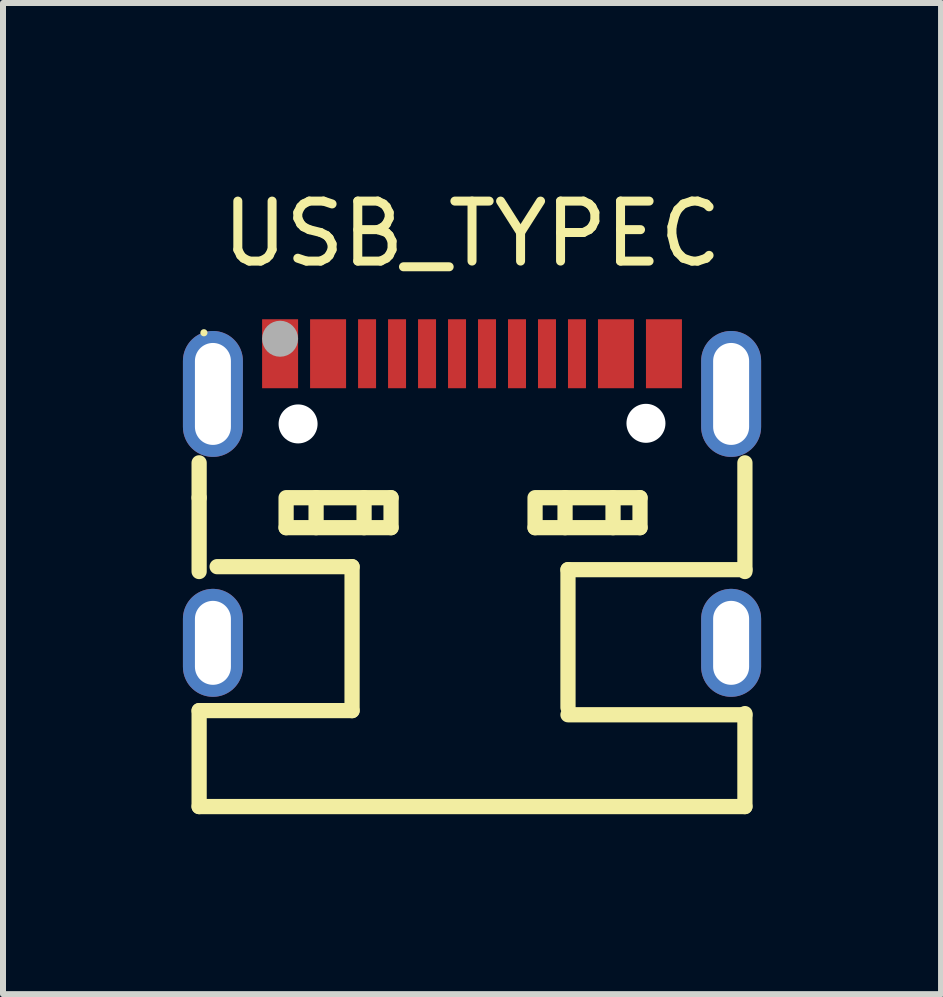
<source format=kicad_pcb>
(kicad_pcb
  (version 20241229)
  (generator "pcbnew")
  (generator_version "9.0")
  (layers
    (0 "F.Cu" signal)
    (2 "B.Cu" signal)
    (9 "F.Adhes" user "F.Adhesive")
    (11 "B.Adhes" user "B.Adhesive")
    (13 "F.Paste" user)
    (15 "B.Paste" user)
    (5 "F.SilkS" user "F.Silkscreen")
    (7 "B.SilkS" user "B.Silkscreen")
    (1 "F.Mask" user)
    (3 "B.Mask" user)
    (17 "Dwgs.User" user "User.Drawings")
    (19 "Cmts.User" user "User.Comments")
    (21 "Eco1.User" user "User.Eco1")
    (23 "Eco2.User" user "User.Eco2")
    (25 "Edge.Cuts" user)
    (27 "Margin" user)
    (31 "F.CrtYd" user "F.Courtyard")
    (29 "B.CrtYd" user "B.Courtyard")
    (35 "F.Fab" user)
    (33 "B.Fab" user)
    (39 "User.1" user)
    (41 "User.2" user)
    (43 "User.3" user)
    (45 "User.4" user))
  (footprint "USB_TYPEC"
    (layer "F.Cu")
    (at 4.82 5.258)
    (property "Reference" "USB_TYPEC" (at -0.000038 -4.41 180) (layer "F.SilkS") (effects (font (size 1 1) (thickness 0.15))))
    (attr through_hole)
    (fp_line (start -4.55 -0.01) (end -4.55 -0.591) (stroke (width 0.254) (type solid)) (layer "F.SilkS"))
    (fp_line (start -4.55 -0.01) (end -4.55 1.221) (stroke (width 0.254) (type solid)) (layer "F.SilkS"))
    (fp_line (start -4.55 3.54) (end -4.55 5.14) (stroke (width 0.254) (type solid)) (layer "F.SilkS"))
    (fp_line (start -4.55 5.14) (end 4.55 5.14) (stroke (width 0.254) (type solid)) (layer "F.SilkS"))
    (fp_line (start -4.25 1.14) (end -2 1.14) (stroke (width 0.254) (type solid)) (layer "F.SilkS"))
    (fp_line (start -3.1 -0.01) (end -3.1 0.49) (stroke (width 0.254) (type solid)) (layer "F.SilkS"))
    (fp_line (start -3.1 0.49) (end -1.35 0.49) (stroke (width 0.254) (type solid)) (layer "F.SilkS"))
    (fp_line (start -2.6 -0.01) (end -2.6 0.49) (stroke (width 0.254) (type solid)) (layer "F.SilkS"))
    (fp_line (start -2 1.14) (end -2 3.54) (stroke (width 0.254) (type solid)) (layer "F.SilkS"))
    (fp_line (start -2 3.54) (end -4.55 3.54) (stroke (width 0.254) (type solid)) (layer "F.SilkS"))
    (fp_line (start -1.8 -0.01) (end -1.8 0.49) (stroke (width 0.254) (type solid)) (layer "F.SilkS"))
    (fp_line (start -1.35 -0.01) (end -3.05 -0.01) (stroke (width 0.254) (type solid)) (layer "F.SilkS"))
    (fp_line (start -1.35 0.49) (end -1.35 -0.01) (stroke (width 0.254) (type solid)) (layer "F.SilkS"))
    (fp_line (start 1.051 -0.01) (end 1.051 0.49) (stroke (width 0.254) (type solid)) (layer "F.SilkS"))
    (fp_line (start 1.051 0.49) (end 2.801 0.49) (stroke (width 0.254) (type solid)) (layer "F.SilkS"))
    (fp_line (start 1.551 -0.01) (end 1.551 0.49) (stroke (width 0.254) (type solid)) (layer "F.SilkS"))
    (fp_line (start 1.6 1.19) (end 1.6 3.489) (stroke (width 0.254) (type solid)) (layer "F.SilkS"))
    (fp_line (start 1.6 1.19) (end 4.55 1.19) (stroke (width 0.254) (type solid)) (layer "F.SilkS"))
    (fp_line (start 2.351 -0.01) (end 2.351 0.49) (stroke (width 0.254) (type solid)) (layer "F.SilkS"))
    (fp_line (start 2.801 -0.01) (end 1.101 -0.01) (stroke (width 0.254) (type solid)) (layer "F.SilkS"))
    (fp_line (start 2.801 0.49) (end 2.801 -0.01) (stroke (width 0.254) (type solid)) (layer "F.SilkS"))
    (fp_line (start 4.55 1.221) (end 4.55 -0.591) (stroke (width 0.254) (type solid)) (layer "F.SilkS"))
    (fp_line (start 4.55 3.609) (end 1.6 3.609) (stroke (width 0.254) (type solid)) (layer "F.SilkS"))
    (fp_line (start 4.55 5.14) (end 4.55 3.59) (stroke (width 0.254) (type solid)) (layer "F.SilkS"))
    (fp_circle (center -4.47 -2.76) (end -4.44 -2.76) (stroke (width 0.06) (type solid)) (fill no) (layer "F.SilkS"))
    (fp_circle (center -3.2 -2.66) (end -3.05 -2.66) (stroke (width 0.3) (type solid)) (fill no) (layer "F.Fab"))
    (fp_circle (center -2.89 -1.24) (end -2.79 -1.24) (stroke (width 0.2) (type solid)) (fill no) (layer "F.Fab"))
    (fp_circle (center 2.89 -1.24) (end 2.99 -1.24) (stroke (width 0.2) (type solid)) (fill no) (layer "F.Fab"))
    (pad "" np_thru_hole circle (at -2.9 -1.24) (size 0.65 0.65) (drill 0.65) (layers "*.Cu" "*.Mask"))
    (pad "" np_thru_hole circle (at 2.9 -1.25) (size 0.65 0.65) (drill 0.65) (layers "*.Cu" "*.Mask"))
    (pad "13" thru_hole oval (at -4.32 -1.74) (size 1 2.1) (drill oval 0.6 1.7) (layers "*.Cu" "*.Mask"))
    (pad "13" thru_hole oval (at -4.32 2.41) (size 1 1.8) (drill oval 0.6 1.4) (layers "*.Cu" "*.Mask"))
    (pad "13" thru_hole oval (at 4.32 -1.74) (size 1 2.1) (drill oval 0.6 1.7) (layers "*.Cu" "*.Mask"))
    (pad "13" thru_hole oval (at 4.32 2.41) (size 1 1.8) (drill oval 0.6 1.4) (layers "*.Cu" "*.Mask"))
    (pad "A1B12" smd rect (at -3.2 -2.41) (size 0.6 1.15) (layers "F.Cu" "F.Mask" "F.Paste"))
    (pad "A4B9" smd rect (at -2.4 -2.41) (size 0.6 1.15) (layers "F.Cu" "F.Mask" "F.Paste"))
    (pad "A5" smd rect (at -1.25 -2.41) (size 0.3 1.15) (layers "F.Cu" "F.Mask" "F.Paste"))
    (pad "A6" smd rect (at -0.25 -2.41) (size 0.3 1.15) (layers "F.Cu" "F.Mask" "F.Paste"))
    (pad "A7" smd rect (at 0.25 -2.41) (size 0.3 1.15) (layers "F.Cu" "F.Mask" "F.Paste"))
    (pad "A8" smd rect (at 1.25 -2.41) (size 0.3 1.15) (layers "F.Cu" "F.Mask" "F.Paste"))
    (pad "B1A12" smd rect (at 3.2 -2.41) (size 0.6 1.15) (layers "F.Cu" "F.Mask" "F.Paste"))
    (pad "B4A9" smd rect (at 2.4 -2.41) (size 0.6 1.15) (layers "F.Cu" "F.Mask" "F.Paste"))
    (pad "B5" smd rect (at 1.75 -2.41) (size 0.3 1.15) (layers "F.Cu" "F.Mask" "F.Paste"))
    (pad "B6" smd rect (at 0.75 -2.41) (size 0.3 1.15) (layers "F.Cu" "F.Mask" "F.Paste"))
    (pad "B7" smd rect (at -0.75 -2.41) (size 0.3 1.15) (layers "F.Cu" "F.Mask" "F.Paste"))
    (pad "B8" smd rect (at -1.75 -2.41) (size 0.3 1.15) (layers "F.Cu" "F.Mask" "F.Paste")))
  (gr_rect
    (start -3 -3)
    (end 12.64 13.525)
    (stroke (width 0.1) (type default))
    (fill no)
    (layer "Edge.Cuts")))
</source>
